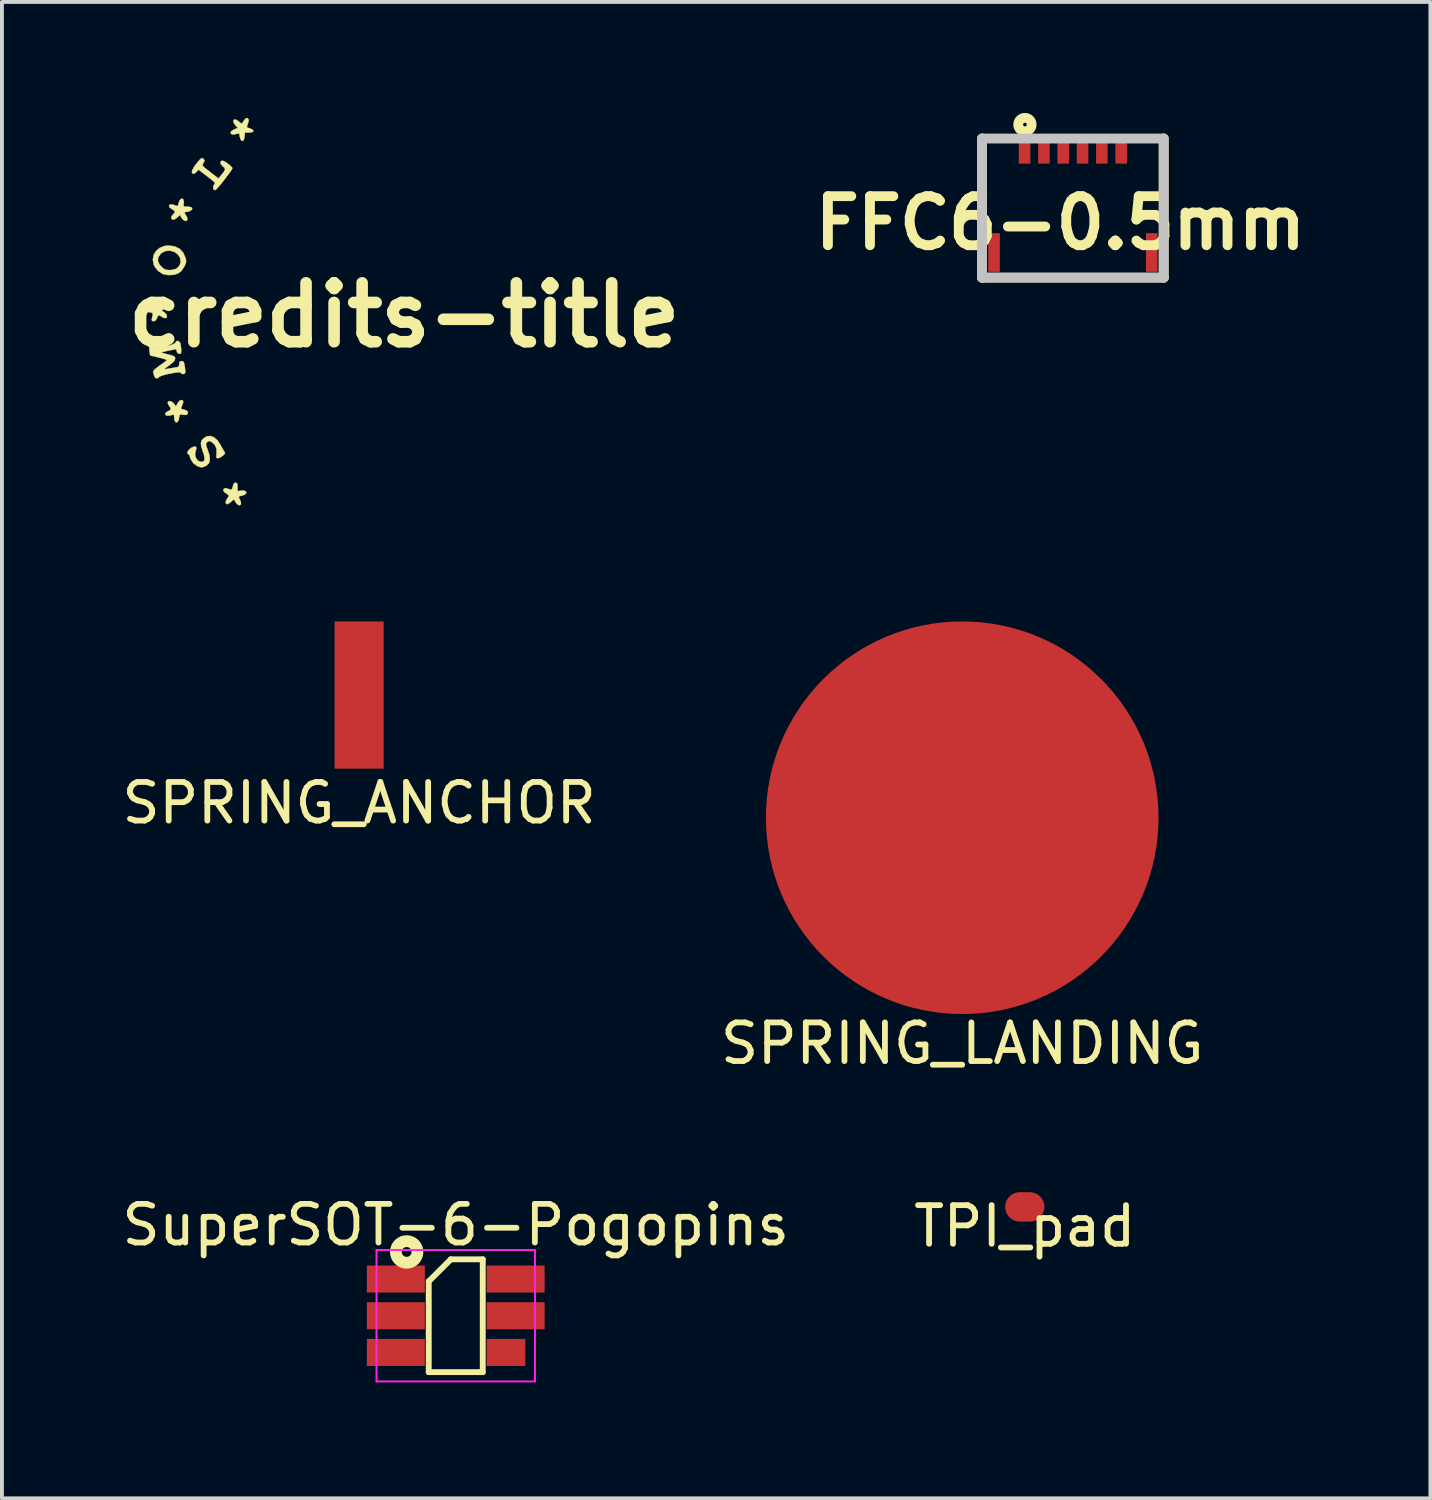
<source format=kicad_pcb>
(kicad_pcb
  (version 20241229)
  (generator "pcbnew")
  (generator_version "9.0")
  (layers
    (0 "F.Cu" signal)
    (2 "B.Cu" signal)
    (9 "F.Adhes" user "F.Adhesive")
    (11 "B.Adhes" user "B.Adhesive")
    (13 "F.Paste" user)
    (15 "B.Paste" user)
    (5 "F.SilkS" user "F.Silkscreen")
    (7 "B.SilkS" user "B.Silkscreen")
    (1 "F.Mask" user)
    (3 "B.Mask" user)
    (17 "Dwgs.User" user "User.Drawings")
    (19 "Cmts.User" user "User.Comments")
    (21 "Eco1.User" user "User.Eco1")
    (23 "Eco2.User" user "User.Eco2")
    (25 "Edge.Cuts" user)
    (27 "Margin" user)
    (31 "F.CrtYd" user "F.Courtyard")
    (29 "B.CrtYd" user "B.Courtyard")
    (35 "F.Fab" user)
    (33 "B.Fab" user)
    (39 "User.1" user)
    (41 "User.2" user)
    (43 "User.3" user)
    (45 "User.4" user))
  (footprint "TPI_pad"
    (layer "F.Cu")
    (at 23.47 28.183)
    (property "Reference" "TPI_pad" (at 0 0.5 0) (layer "F.SilkS") (effects (font (size 1 1) (thickness 0.15))))
    (attr through_hole)
    (pad "1" smd oval (at 0 0) (size 1.016 0.762) (layers "F.Cu" "F.Mask" "F.Paste")))
  (footprint "SPRING_LANDING"
    (layer "F.Cu")
    (at 21.851 18.112)
    (property "Reference" "SPRING_LANDING" (at 0 5.842 0) (layer "F.SilkS") (effects (font (size 1 1) (thickness 0.15))))
    (attr through_hole)
    (pad "1" smd circle (at 0 0) (size 10.16 10.16) (layers "F.Cu" "F.Mask" "F.Paste")))
  (footprint "FFC6-0.5mm"
    (layer "F.Cu")
    (at 24.715 0.535)
    (property "Reference" "FFC6-0.5mm" (at -0.322 2.187 0) (layer "F.SilkS") (effects (font (size 1.27 1.27) (thickness 0.254))))
    (attr smd)
    (fp_line (start -2.35 0) (end -2.35 3.6) (stroke (width 0.254) (type solid)) (layer "F.SilkS"))
    (fp_line (start -2.35 3.6) (end 2.35 3.6) (stroke (width 0.254) (type solid)) (layer "F.SilkS"))
    (fp_line (start 2.35 3.6) (end 2.35 0) (stroke (width 0.254) (type solid)) (layer "F.SilkS"))
    (fp_circle (center -1.241 -0.361) (end -1.288 -0.361) (stroke (width 0.254) (type solid)) (fill no) (layer "F.SilkS"))
    (fp_line (start -2.35 0) (end 2.35 0) (stroke (width 0.254) (type solid)) (layer "Dwgs.User"))
    (fp_line (start -2.35 3.6) (end -2.35 0) (stroke (width 0.254) (type solid)) (layer "Dwgs.User"))
    (fp_line (start 2.35 0) (end 2.35 3.6) (stroke (width 0.254) (type solid)) (layer "Dwgs.User"))
    (fp_line (start 2.35 3.6) (end -2.35 3.6) (stroke (width 0.254) (type solid)) (layer "Dwgs.User"))
    (pad "1" smd rect (at -1.25 0.3) (size 0.3 0.7) (layers "F.Cu" "F.Mask" "F.Paste"))
    (pad "2" smd rect (at -0.75 0.3) (size 0.3 0.7) (layers "F.Cu" "F.Mask" "F.Paste"))
    (pad "3" smd rect (at -0.25 0.3) (size 0.3 0.7) (layers "F.Cu" "F.Mask" "F.Paste"))
    (pad "4" smd rect (at 0.25 0.3) (size 0.3 0.7) (layers "F.Cu" "F.Mask" "F.Paste"))
    (pad "5" smd rect (at 0.75 0.3) (size 0.3 0.7) (layers "F.Cu" "F.Mask" "F.Paste"))
    (pad "6" smd rect (at 1.25 0.3) (size 0.3 0.7) (layers "F.Cu" "F.Mask" "F.Paste"))
    (pad "7" smd rect (at -2.04 2.95) (size 0.3 1) (layers "F.Cu" "F.Mask" "F.Paste"))
    (pad "8" smd rect (at 2.04 2.95) (size 0.3 1) (layers "F.Cu" "F.Mask" "F.Paste")))
  (footprint "SuperSOT-6-Pogopins"
    (layer "F.Cu")
    (at 8.744 31)
    (property "Reference" "SuperSOT-6-Pogopins" (at 0 -2.35 0) (layer "F.SilkS") (effects (font (size 1 1) (thickness 0.15))))
    (attr smd)
    (fp_line (start -0.699 -0.889) (end -0.699 1.46) (stroke (width 0.152) (type solid)) (layer "F.SilkS"))
    (fp_line (start -0.699 1.46) (end 0.699 1.46) (stroke (width 0.152) (type solid)) (layer "F.SilkS"))
    (fp_line (start -0.127 -1.46) (end -0.699 -0.889) (stroke (width 0.152) (type solid)) (layer "F.SilkS"))
    (fp_line (start 0.699 -1.46) (end -0.127 -1.46) (stroke (width 0.152) (type solid)) (layer "F.SilkS"))
    (fp_line (start 0.699 1.46) (end 0.699 -1.46) (stroke (width 0.152) (type solid)) (layer "F.SilkS"))
    (fp_circle (center -1.27 -1.651) (end -1.27 -1.524) (stroke (width 0.305) (type solid)) (fill no) (layer "F.SilkS"))
    (fp_line (start -2.05 -1.7) (end -2.05 1.7) (stroke (width 0.05) (type solid)) (layer "F.CrtYd"))
    (fp_line (start -2.05 -1.7) (end 2.05 -1.7) (stroke (width 0.05) (type solid)) (layer "F.CrtYd"))
    (fp_line (start 2.05 1.7) (end -2.05 1.7) (stroke (width 0.05) (type solid)) (layer "F.CrtYd"))
    (fp_line (start 2.05 1.7) (end 2.05 -1.7) (stroke (width 0.05) (type solid)) (layer "F.CrtYd"))
    (pad "1" smd rect (at -1.55 -0.95) (size 1.5 0.7) (layers "F.Cu" "F.Mask" "F.Paste"))
    (pad "2" smd rect (at -1.55 0) (size 1.5 0.7) (layers "F.Cu" "F.Mask" "F.Paste"))
    (pad "3" smd rect (at -1.55 0.95) (size 1.5 0.7) (layers "F.Cu" "F.Mask" "F.Paste"))
    (pad "4" smd rect (at 1.3 0.95) (size 1 0.7) (layers "F.Cu" "F.Mask" "F.Paste"))
    (pad "5" smd rect (at 1.55 0) (size 1.5 0.7) (layers "F.Cu" "F.Mask" "F.Paste"))
    (pad "6" smd rect (at 1.55 -0.95) (size 1.5 0.7) (layers "F.Cu" "F.Mask" "F.Paste")))
  (footprint "SPRING_ANCHOR"
    (layer "F.Cu")
    (at 6.244 14.937)
    (property "Reference" "SPRING_ANCHOR" (at 0 2.794 0) (layer "F.SilkS") (effects (font (size 1 1) (thickness 0.15))))
    (attr through_hole)
    (pad "1" smd rect (at 0 0) (size 1.27 3.81) (layers "F.Cu" "F.Mask" "F.Paste")))
  (footprint "credits-title"
    (layer "F.Cu")
    (at 7.41 5.104)
    (property "Reference" "credits-title" (at 0 0 0) (layer "F.SilkS") (effects (font (size 1.524 1.524) (thickness 0.3))))
    (attr through_hole)
    (fp_poly (pts (xy -5.724 2.214) (xy -5.72 2.267) (xy -5.754 2.353) (xy -5.777 2.405) (xy -5.768 2.429) (xy -5.718 2.443) (xy -5.704 2.445) (xy -5.627 2.473) (xy -5.596 2.517) (xy -5.608 2.564) (xy -5.651 2.585) (xy -5.723 2.579) (xy -5.784 2.57) (xy -5.812 2.584) (xy -5.823 2.632) (xy -5.826 2.663) (xy -5.843 2.733) (xy -5.874 2.772) (xy -5.91 2.774) (xy -5.937 2.738) (xy -5.95 2.677) (xy -5.953 2.628) (xy -5.96 2.581) (xy -5.987 2.576) (xy -5.999 2.581) (xy -6.063 2.598) (xy -6.111 2.604) (xy -6.169 2.592) (xy -6.186 2.559) (xy -6.162 2.517) (xy -6.113 2.488) (xy -6.053 2.457) (xy -6.037 2.425) (xy -6.063 2.376) (xy -6.081 2.352) (xy -6.113 2.297) (xy -6.119 2.256) (xy -6.087 2.225) (xy -6.035 2.231) (xy -5.979 2.27) (xy -5.959 2.294) (xy -5.907 2.365) (xy -5.863 2.28) (xy -5.816 2.218) (xy -5.767 2.196) (xy -5.724 2.214)) (stroke (width 0.01) (type solid)) (fill yes) (layer "F.SilkS"))
    (fp_poly (pts (xy -4.331 4.348) (xy -4.316 4.384) (xy -4.313 4.448) (xy -4.313 4.558) (xy -4.223 4.543) (xy -4.14 4.544) (xy -4.094 4.57) (xy -4.088 4.608) (xy -4.125 4.647) (xy -4.196 4.672) (xy -4.259 4.686) (xy -4.281 4.704) (xy -4.269 4.745) (xy -4.245 4.791) (xy -4.222 4.866) (xy -4.234 4.912) (xy -4.271 4.923) (xy -4.321 4.895) (xy -4.36 4.845) (xy -4.407 4.768) (xy -4.48 4.831) (xy -4.535 4.873) (xy -4.576 4.894) (xy -4.58 4.895) (xy -4.614 4.875) (xy -4.618 4.827) (xy -4.593 4.765) (xy -4.578 4.744) (xy -4.546 4.699) (xy -4.541 4.668) (xy -4.569 4.638) (xy -4.636 4.595) (xy -4.646 4.589) (xy -4.678 4.549) (xy -4.673 4.505) (xy -4.638 4.48) (xy -4.603 4.482) (xy -4.533 4.504) (xy -4.501 4.513) (xy -4.466 4.514) (xy -4.445 4.48) (xy -4.434 4.434) (xy -4.413 4.366) (xy -4.378 4.34) (xy -4.364 4.339) (xy -4.331 4.348)) (stroke (width 0.01) (type solid)) (fill yes) (layer "F.SilkS"))
    (fp_poly (pts (xy -5.943 -1.779) (xy -5.814 -1.717) (xy -5.718 -1.613) (xy -5.658 -1.48) (xy -5.643 -1.413) (xy -5.648 -1.356) (xy -5.676 -1.286) (xy -5.691 -1.254) (xy -5.77 -1.14) (xy -5.847 -1.08) (xy -5.962 -1.043) (xy -6.097 -1.035) (xy -6.224 -1.057) (xy -6.257 -1.069) (xy -6.371 -1.146) (xy -6.457 -1.255) (xy -6.481 -1.305) (xy -6.499 -1.406) (xy -6.376 -1.406) (xy -6.335 -1.311) (xy -6.287 -1.254) (xy -6.22 -1.196) (xy -6.156 -1.17) (xy -6.074 -1.164) (xy -5.985 -1.173) (xy -5.908 -1.195) (xy -5.889 -1.205) (xy -5.812 -1.283) (xy -5.783 -1.38) (xy -5.803 -1.489) (xy -5.804 -1.49) (xy -5.868 -1.582) (xy -5.962 -1.643) (xy -6.072 -1.669) (xy -6.184 -1.657) (xy -6.282 -1.605) (xy -6.299 -1.59) (xy -6.364 -1.498) (xy -6.376 -1.406) (xy -6.499 -1.406) (xy -6.505 -1.435) (xy -6.482 -1.556) (xy -6.42 -1.661) (xy -6.323 -1.742) (xy -6.198 -1.79) (xy -6.104 -1.799) (xy -5.943 -1.779)) (stroke (width 0.01) (type solid)) (fill yes) (layer "F.SilkS"))
    (fp_poly (pts (xy -5.733 -3.008) (xy -5.714 -2.988) (xy -5.703 -2.937) (xy -5.707 -2.879) (xy -5.713 -2.832) (xy -5.696 -2.81) (xy -5.645 -2.805) (xy -5.614 -2.805) (xy -5.542 -2.798) (xy -5.494 -2.78) (xy -5.488 -2.774) (xy -5.49 -2.737) (xy -5.53 -2.701) (xy -5.59 -2.677) (xy -5.627 -2.672) (xy -5.676 -2.665) (xy -5.682 -2.636) (xy -5.648 -2.581) (xy -5.617 -2.521) (xy -5.609 -2.482) (xy -5.626 -2.442) (xy -5.665 -2.436) (xy -5.715 -2.462) (xy -5.759 -2.513) (xy -5.805 -2.592) (xy -5.878 -2.523) (xy -5.94 -2.478) (xy -5.989 -2.469) (xy -5.991 -2.47) (xy -6.028 -2.504) (xy -6.02 -2.556) (xy -5.98 -2.606) (xy -5.936 -2.655) (xy -5.937 -2.691) (xy -5.985 -2.727) (xy -6.006 -2.738) (xy -6.07 -2.785) (xy -6.088 -2.828) (xy -6.065 -2.857) (xy -6.007 -2.863) (xy -5.936 -2.843) (xy -5.879 -2.823) (xy -5.853 -2.833) (xy -5.839 -2.883) (xy -5.835 -2.901) (xy -5.81 -2.971) (xy -5.772 -3.009) (xy -5.733 -3.008)) (stroke (width 0.01) (type solid)) (fill yes) (layer "F.SilkS"))
    (fp_poly (pts (xy -4.056 -5.096) (xy -4.045 -5.087) (xy -4.025 -5.053) (xy -4.031 -5.004) (xy -4.045 -4.959) (xy -4.065 -4.897) (xy -4.071 -4.861) (xy -4.07 -4.859) (xy -4.042 -4.847) (xy -3.984 -4.828) (xy -3.982 -4.827) (xy -3.917 -4.794) (xy -3.901 -4.761) (xy -3.933 -4.735) (xy -4.008 -4.725) (xy -4.014 -4.725) (xy -4.125 -4.727) (xy -4.133 -4.621) (xy -4.148 -4.543) (xy -4.175 -4.506) (xy -4.21 -4.517) (xy -4.232 -4.547) (xy -4.255 -4.617) (xy -4.26 -4.657) (xy -4.268 -4.697) (xy -4.304 -4.698) (xy -4.319 -4.694) (xy -4.414 -4.673) (xy -4.474 -4.686) (xy -4.492 -4.715) (xy -4.478 -4.756) (xy -4.416 -4.796) (xy -4.403 -4.802) (xy -4.304 -4.843) (xy -4.361 -4.904) (xy -4.411 -4.974) (xy -4.421 -5.029) (xy -4.398 -5.06) (xy -4.349 -5.057) (xy -4.282 -5.011) (xy -4.281 -5.01) (xy -4.222 -4.964) (xy -4.191 -4.962) (xy -4.188 -4.967) (xy -4.163 -5.011) (xy -4.127 -5.06) (xy -4.087 -5.099) (xy -4.056 -5.096)) (stroke (width 0.01) (type solid)) (fill yes) (layer "F.SilkS"))
    (fp_poly (pts (xy -6.407 -0.408) (xy -6.403 -0.399) (xy -6.394 -0.357) (xy -6.377 -0.305) (xy -6.351 -0.236) (xy -6.271 -0.295) (xy -6.216 -0.332) (xy -6.182 -0.338) (xy -6.151 -0.315) (xy -6.147 -0.311) (xy -6.124 -0.281) (xy -6.129 -0.253) (xy -6.168 -0.21) (xy -6.189 -0.191) (xy -6.274 -0.114) (xy -6.206 -0.07) (xy -6.159 -0.023) (xy -6.139 0.028) (xy -6.15 0.066) (xy -6.185 0.079) (xy -6.242 0.062) (xy -6.282 0.039) (xy -6.335 0.006) (xy -6.368 0.014) (xy -6.395 0.067) (xy -6.399 0.079) (xy -6.436 0.142) (xy -6.484 0.159) (xy -6.524 0.151) (xy -6.532 0.117) (xy -6.527 0.084) (xy -6.513 0.016) (xy -6.504 -0.028) (xy -6.517 -0.057) (xy -6.575 -0.072) (xy -6.595 -0.074) (xy -6.663 -0.087) (xy -6.692 -0.113) (xy -6.694 -0.131) (xy -6.671 -0.182) (xy -6.602 -0.208) (xy -6.548 -0.212) (xy -6.507 -0.217) (xy -6.498 -0.242) (xy -6.51 -0.295) (xy -6.522 -0.359) (xy -6.52 -0.4) (xy -6.52 -0.401) (xy -6.487 -0.419) (xy -6.44 -0.422) (xy -6.407 -0.408)) (stroke (width 0.01) (type solid)) (fill yes) (layer "F.SilkS"))
    (fp_poly (pts (xy -5.194 -4.042) (xy -5.169 -4.007) (xy -5.176 -3.971) (xy -5.197 -3.936) (xy -5.215 -3.906) (xy -5.218 -3.88) (xy -5.201 -3.85) (xy -5.158 -3.809) (xy -5.082 -3.748) (xy -5.024 -3.703) (xy -4.807 -3.536) (xy -4.719 -3.64) (xy -4.659 -3.717) (xy -4.636 -3.77) (xy -4.649 -3.811) (xy -4.697 -3.854) (xy -4.701 -3.857) (xy -4.745 -3.906) (xy -4.755 -3.956) (xy -4.731 -3.989) (xy -4.702 -3.995) (xy -4.659 -3.98) (xy -4.596 -3.942) (xy -4.53 -3.892) (xy -4.475 -3.843) (xy -4.447 -3.807) (xy -4.446 -3.801) (xy -4.463 -3.767) (xy -4.505 -3.703) (xy -4.567 -3.619) (xy -4.639 -3.524) (xy -4.714 -3.428) (xy -4.785 -3.342) (xy -4.843 -3.276) (xy -4.881 -3.238) (xy -4.888 -3.234) (xy -4.924 -3.246) (xy -4.939 -3.269) (xy -4.94 -3.327) (xy -4.925 -3.363) (xy -4.901 -3.408) (xy -4.895 -3.425) (xy -4.914 -3.445) (xy -4.968 -3.49) (xy -5.045 -3.551) (xy -5.109 -3.6) (xy -5.322 -3.763) (xy -5.374 -3.707) (xy -5.432 -3.659) (xy -5.473 -3.66) (xy -5.494 -3.692) (xy -5.488 -3.738) (xy -5.452 -3.811) (xy -5.392 -3.9) (xy -5.315 -3.994) (xy -5.299 -4.012) (xy -5.253 -4.056) (xy -5.223 -4.063) (xy -5.194 -4.042)) (stroke (width 0.01) (type solid)) (fill yes) (layer "F.SilkS"))
    (fp_poly (pts (xy -4.929 3.16) (xy -4.837 3.236) (xy -4.758 3.354) (xy -4.757 3.356) (xy -4.712 3.44) (xy -4.672 3.508) (xy -4.652 3.538) (xy -4.637 3.57) (xy -4.655 3.604) (xy -4.697 3.641) (xy -4.761 3.683) (xy -4.817 3.703) (xy -4.824 3.704) (xy -4.853 3.697) (xy -4.862 3.668) (xy -4.856 3.602) (xy -4.854 3.589) (xy -4.856 3.461) (xy -4.901 3.356) (xy -4.985 3.282) (xy -4.986 3.282) (xy -5.04 3.259) (xy -5.077 3.269) (xy -5.1 3.289) (xy -5.125 3.32) (xy -5.13 3.353) (xy -5.115 3.407) (xy -5.095 3.459) (xy -5.045 3.614) (xy -5.029 3.734) (xy -5.049 3.823) (xy -5.104 3.885) (xy -5.132 3.902) (xy -5.205 3.934) (xy -5.267 3.937) (xy -5.342 3.912) (xy -5.359 3.905) (xy -5.454 3.836) (xy -5.523 3.73) (xy -5.545 3.667) (xy -5.565 3.616) (xy -5.586 3.598) (xy -5.612 3.582) (xy -5.607 3.542) (xy -5.576 3.492) (xy -5.525 3.445) (xy -5.515 3.438) (xy -5.437 3.402) (xy -5.39 3.406) (xy -5.378 3.45) (xy -5.397 3.517) (xy -5.413 3.607) (xy -5.394 3.691) (xy -5.348 3.759) (xy -5.283 3.798) (xy -5.211 3.796) (xy -5.172 3.767) (xy -5.162 3.71) (xy -5.18 3.618) (xy -5.212 3.525) (xy -5.251 3.405) (xy -5.262 3.318) (xy -5.244 3.251) (xy -5.212 3.207) (xy -5.123 3.143) (xy -5.026 3.128) (xy -4.929 3.16)) (stroke (width 0.01) (type solid)) (fill yes) (layer "F.SilkS"))
    (fp_poly (pts (xy -5.847 0.67) (xy -5.807 0.705) (xy -5.792 0.741) (xy -5.778 0.813) (xy -5.771 0.9) (xy -5.771 0.906) (xy -5.774 0.973) (xy -5.793 1.001) (xy -5.818 1.005) (xy -5.865 0.982) (xy -5.884 0.942) (xy -5.9 0.879) (xy -6.079 0.916) (xy -6.172 0.936) (xy -6.246 0.953) (xy -6.284 0.962) (xy -6.284 0.962) (xy -6.273 0.971) (xy -6.222 0.989) (xy -6.139 1.012) (xy -6.118 1.017) (xy -6.019 1.043) (xy -5.962 1.065) (xy -5.934 1.089) (xy -5.927 1.121) (xy -5.927 1.126) (xy -5.942 1.174) (xy -5.993 1.231) (xy -6.079 1.298) (xy -6.156 1.355) (xy -6.195 1.387) (xy -6.198 1.399) (xy -6.168 1.398) (xy -6.138 1.393) (xy -6.049 1.378) (xy -5.949 1.362) (xy -5.933 1.36) (xy -5.862 1.345) (xy -5.83 1.323) (xy -5.821 1.281) (xy -5.821 1.267) (xy -5.811 1.21) (xy -5.778 1.191) (xy -5.769 1.191) (xy -5.731 1.195) (xy -5.706 1.216) (xy -5.69 1.266) (xy -5.676 1.355) (xy -5.674 1.37) (xy -5.665 1.453) (xy -5.671 1.498) (xy -5.692 1.521) (xy -5.702 1.525) (xy -5.752 1.522) (xy -5.77 1.503) (xy -5.786 1.485) (xy -5.815 1.478) (xy -5.868 1.481) (xy -5.954 1.494) (xy -6.052 1.512) (xy -6.174 1.538) (xy -6.27 1.566) (xy -6.329 1.591) (xy -6.34 1.601) (xy -6.39 1.638) (xy -6.438 1.628) (xy -6.47 1.573) (xy -6.471 1.568) (xy -6.486 1.502) (xy -6.497 1.462) (xy -6.481 1.434) (xy -6.43 1.385) (xy -6.354 1.326) (xy -6.323 1.304) (xy -6.239 1.245) (xy -6.175 1.196) (xy -6.141 1.167) (xy -6.138 1.163) (xy -6.162 1.15) (xy -6.226 1.13) (xy -6.317 1.105) (xy -6.356 1.096) (xy -6.574 1.044) (xy -6.59 0.946) (xy -6.596 0.853) (xy -6.577 0.805) (xy -6.533 0.803) (xy -6.506 0.816) (xy -6.45 0.83) (xy -6.362 0.831) (xy -6.256 0.821) (xy -6.145 0.802) (xy -6.043 0.776) (xy -5.964 0.747) (xy -5.921 0.716) (xy -5.917 0.708) (xy -5.889 0.67) (xy -5.847 0.67)) (stroke (width 0.01) (type solid)) (fill yes) (layer "F.SilkS")))
  (gr_rect
    (start -3 -3)
    (end 33.967 35.725)
    (stroke (width 0.1) (type default))
    (fill no)
    (layer "Edge.Cuts")))
</source>
